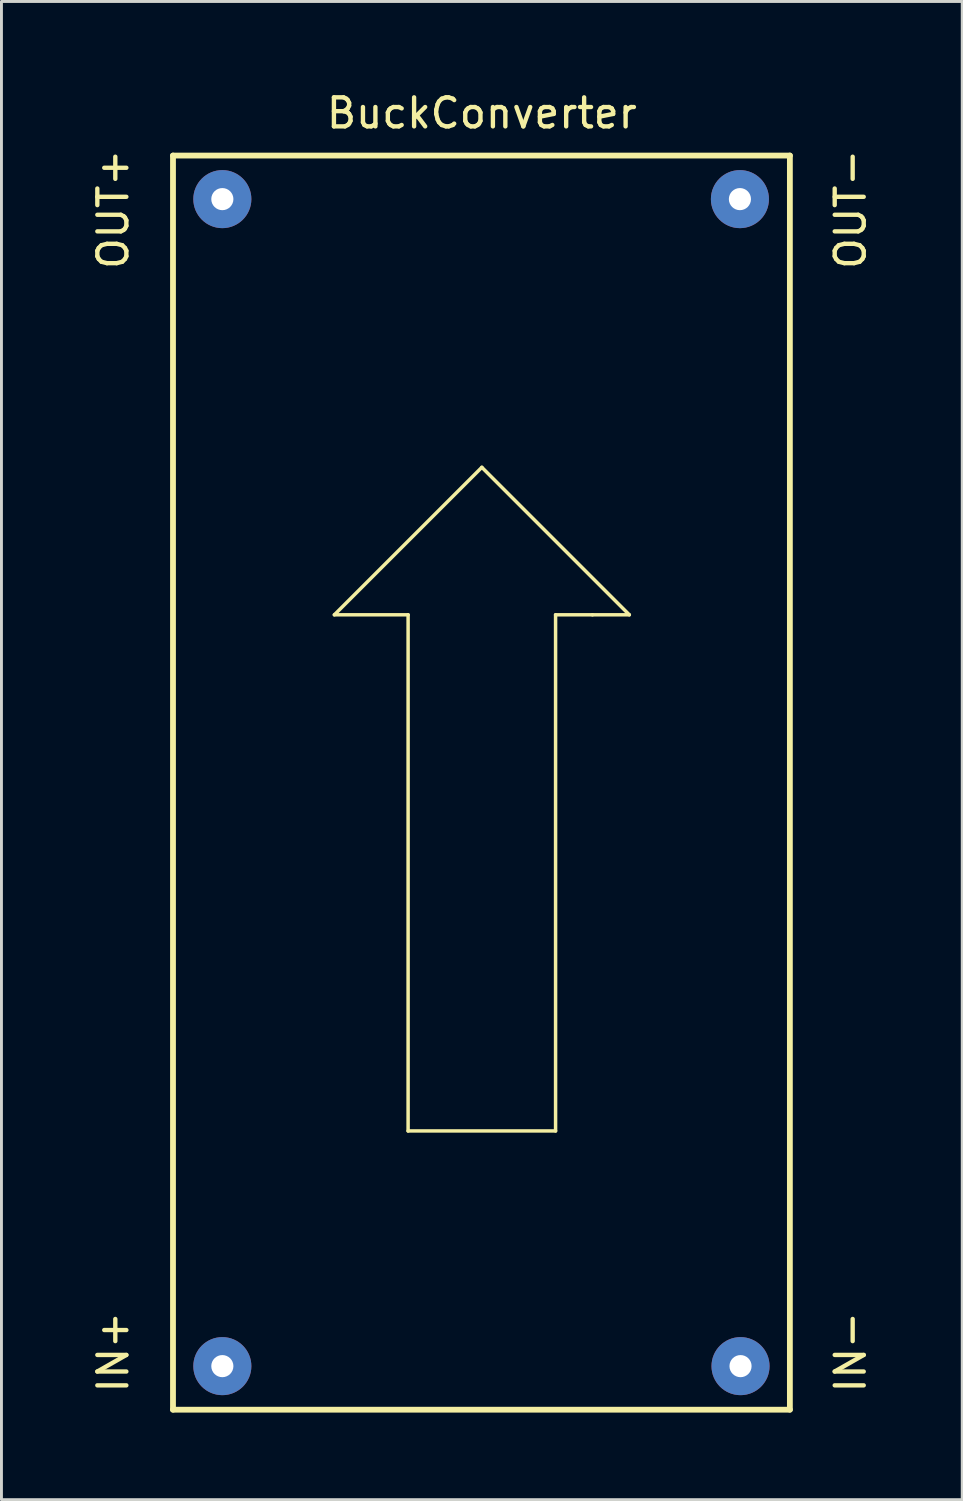
<source format=kicad_pcb>
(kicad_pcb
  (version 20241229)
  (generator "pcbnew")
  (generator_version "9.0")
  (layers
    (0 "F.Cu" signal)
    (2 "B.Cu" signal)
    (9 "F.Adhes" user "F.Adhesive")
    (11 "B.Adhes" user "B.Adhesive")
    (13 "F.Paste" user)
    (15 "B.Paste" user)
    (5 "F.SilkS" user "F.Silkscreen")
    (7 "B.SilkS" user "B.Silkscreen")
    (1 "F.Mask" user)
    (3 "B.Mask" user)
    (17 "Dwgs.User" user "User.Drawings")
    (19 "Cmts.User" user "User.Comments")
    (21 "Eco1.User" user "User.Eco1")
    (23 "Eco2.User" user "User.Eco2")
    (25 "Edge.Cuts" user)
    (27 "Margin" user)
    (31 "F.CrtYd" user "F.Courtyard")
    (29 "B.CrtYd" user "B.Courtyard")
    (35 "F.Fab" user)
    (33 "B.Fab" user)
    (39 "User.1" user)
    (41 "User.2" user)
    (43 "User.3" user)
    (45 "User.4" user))
  (footprint "BuckConverter"
    (layer "F.Cu")
    (at 13.548 23.208)
    (property "Reference" "BuckConverter" (at 0 -22.36 0) (layer "F.SilkS") (effects (font (size 1 1) (thickness 0.15))))
    (attr through_hole)
    (fp_line (start -10.639 -20.899) (end 10.611 -20.899) (stroke (width 0.2) (type solid)) (layer "F.SilkS"))
    (fp_line (start -10.639 22.301) (end -10.639 -20.899) (stroke (width 0.2) (type solid)) (layer "F.SilkS"))
    (fp_line (start -5.08 -5.08) (end 0 -10.16) (stroke (width 0.12) (type solid)) (layer "F.SilkS"))
    (fp_line (start -2.54 -5.08) (end -5.08 -5.08) (stroke (width 0.12) (type solid)) (layer "F.SilkS"))
    (fp_line (start -2.54 12.7) (end -2.54 -5.08) (stroke (width 0.12) (type solid)) (layer "F.SilkS"))
    (fp_line (start 0 -10.16) (end 5.08 -5.08) (stroke (width 0.12) (type solid)) (layer "F.SilkS"))
    (fp_line (start 2.54 -5.08) (end 2.54 12.7) (stroke (width 0.12) (type solid)) (layer "F.SilkS"))
    (fp_line (start 2.54 12.7) (end -2.54 12.7) (stroke (width 0.12) (type solid)) (layer "F.SilkS"))
    (fp_line (start 3.81 -5.08) (end 2.54 -5.08) (stroke (width 0.12) (type solid)) (layer "F.SilkS"))
    (fp_line (start 5.08 -5.08) (end 3.81 -5.08) (stroke (width 0.12) (type solid)) (layer "F.SilkS"))
    (fp_line (start 10.611 -20.899) (end 10.611 22.301) (stroke (width 0.2) (type solid)) (layer "F.SilkS"))
    (fp_line (start 10.611 22.301) (end -10.639 22.301) (stroke (width 0.2) (type solid)) (layer "F.SilkS"))
    (fp_circle (center -8.939 -19.399) (end -8.439 -19.399) (stroke (width 0.2) (type solid)) (fill no) (layer "F.Paste"))
    (fp_circle (center -8.939 20.801) (end -8.439 20.801) (stroke (width 0.2) (type solid)) (fill no) (layer "F.Paste"))
    (fp_circle (center -8.139 15.801) (end -6.664 15.801) (stroke (width 0.2) (type solid)) (fill no) (layer "F.Paste"))
    (fp_circle (center 8.111 -14.399) (end 9.586 -14.399) (stroke (width 0.2) (type solid)) (fill no) (layer "F.Paste"))
    (fp_circle (center 8.911 -19.399) (end 9.411 -19.399) (stroke (width 0.2) (type solid)) (fill no) (layer "F.Paste"))
    (fp_circle (center 8.911 20.801) (end 9.411 20.801) (stroke (width 0.2) (type solid)) (fill no) (layer "F.Paste"))
    (fp_text user "OUT-" (at 12.7 -19.05 90) (layer "F.SilkS") (effects (font (size 1 1) (thickness 0.15))))
    (fp_text user "IN+" (at -12.7 20.32 90) (layer "F.SilkS") (effects (font (size 1 1) (thickness 0.15))))
    (fp_text user "IN-" (at 12.7 20.32 90) (layer "F.SilkS") (effects (font (size 1 1) (thickness 0.15))))
    (fp_text user "OUT+" (at -12.7 -19.05 90) (layer "F.SilkS") (effects (font (size 1 1) (thickness 0.15))))
    (pad "1" thru_hole circle (at 8.911 20.801) (size 2 2) (drill 0.762) (layers "*.Cu" "*.Mask"))
    (pad "2" thru_hole circle (at -8.939 20.801) (size 2 2) (drill 0.762) (layers "*.Cu" "*.Mask"))
    (pad "3" thru_hole circle (at 8.89 -19.399) (size 2 2) (drill 0.762) (layers "*.Cu" "*.Mask"))
    (pad "4" thru_hole circle (at -8.939 -19.399) (size 2 2) (drill 0.762) (layers "*.Cu" "*.Mask")))
  (gr_rect
    (start -3 -3)
    (end 30.096 48.609)
    (stroke (width 0.1) (type default))
    (fill no)
    (layer "Edge.Cuts")))
</source>
